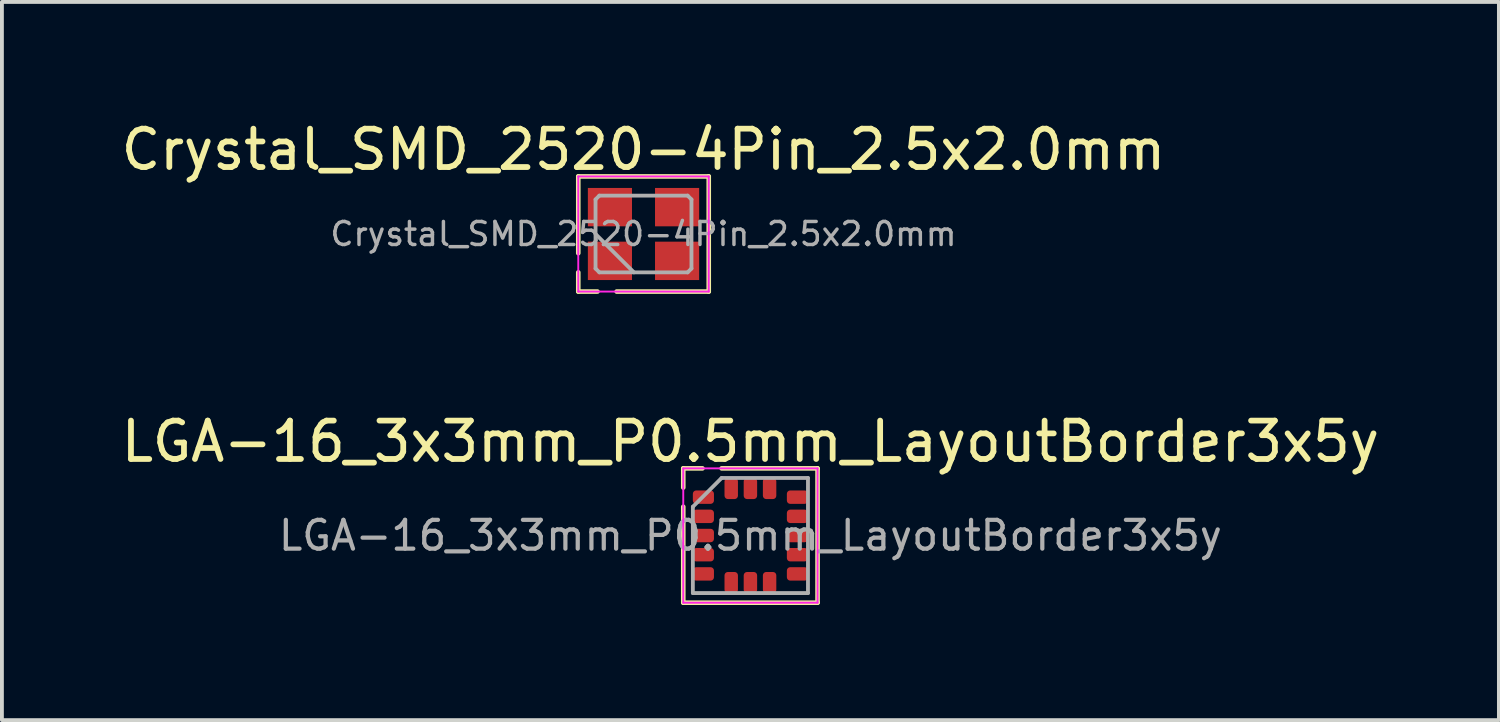
<source format=kicad_pcb>
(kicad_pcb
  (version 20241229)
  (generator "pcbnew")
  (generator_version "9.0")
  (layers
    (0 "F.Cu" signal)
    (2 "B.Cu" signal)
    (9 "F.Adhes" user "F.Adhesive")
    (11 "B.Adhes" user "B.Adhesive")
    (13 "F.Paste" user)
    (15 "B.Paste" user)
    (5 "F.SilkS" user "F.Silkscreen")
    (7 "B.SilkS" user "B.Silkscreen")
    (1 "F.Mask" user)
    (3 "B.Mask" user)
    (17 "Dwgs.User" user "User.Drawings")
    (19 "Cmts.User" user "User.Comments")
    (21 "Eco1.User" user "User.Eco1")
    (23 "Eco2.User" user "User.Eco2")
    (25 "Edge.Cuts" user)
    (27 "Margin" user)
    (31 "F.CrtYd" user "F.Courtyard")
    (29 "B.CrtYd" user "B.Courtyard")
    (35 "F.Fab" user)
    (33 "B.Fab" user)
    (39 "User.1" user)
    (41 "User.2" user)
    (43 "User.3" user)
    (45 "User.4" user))
  (footprint "Crystal_SMD_2520-4Pin_2.5x2.0mm"
    (layer "F.Cu")
    (at 13.72 3.048)
    (property "Reference" "Crystal_SMD_2520-4Pin_2.5x2.0mm" (at 0 -2.2 0) (layer "F.SilkS") (effects (font (size 1 1) (thickness 0.15))))
    (attr smd)
    (fp_line (start -1.7 -1.5) (end 1.7 -1.5) (stroke (width 0.12) (type solid)) (layer "F.SilkS"))
    (fp_line (start -1.7 0.5) (end -1.7 -1.5) (stroke (width 0.12) (type solid)) (layer "F.SilkS"))
    (fp_line (start -1.7 1.5) (end -1.7 1) (stroke (width 0.12) (type solid)) (layer "F.SilkS"))
    (fp_line (start -1.7 1.5) (end -1.2 1.5) (stroke (width 0.12) (type solid)) (layer "F.SilkS"))
    (fp_line (start -0.7 1.5) (end 1.7 1.5) (stroke (width 0.12) (type solid)) (layer "F.SilkS"))
    (fp_line (start 1.7 -1.5) (end 1.7 1.5) (stroke (width 0.12) (type solid)) (layer "F.SilkS"))
    (fp_line (start -1.7 -1.5) (end -1.7 1.5) (stroke (width 0.05) (type solid)) (layer "F.CrtYd"))
    (fp_line (start -1.7 1.5) (end 1.7 1.5) (stroke (width 0.05) (type solid)) (layer "F.CrtYd"))
    (fp_line (start 1.7 -1.5) (end -1.7 -1.5) (stroke (width 0.05) (type solid)) (layer "F.CrtYd"))
    (fp_line (start 1.7 1.5) (end 1.7 -1.5) (stroke (width 0.05) (type solid)) (layer "F.CrtYd"))
    (fp_line (start -1.25 -0.9) (end -1.15 -1) (stroke (width 0.1) (type solid)) (layer "F.Fab"))
    (fp_line (start -1.25 0) (end -0.25 1) (stroke (width 0.1) (type solid)) (layer "F.Fab"))
    (fp_line (start -1.25 0.9) (end -1.25 -0.9) (stroke (width 0.1) (type solid)) (layer "F.Fab"))
    (fp_line (start -1.15 -1) (end 1.15 -1) (stroke (width 0.1) (type solid)) (layer "F.Fab"))
    (fp_line (start -1.15 1) (end -1.25 0.9) (stroke (width 0.1) (type solid)) (layer "F.Fab"))
    (fp_line (start 1.15 -1) (end 1.25 -0.9) (stroke (width 0.1) (type solid)) (layer "F.Fab"))
    (fp_line (start 1.15 1) (end -1.15 1) (stroke (width 0.1) (type solid)) (layer "F.Fab"))
    (fp_line (start 1.25 -0.9) (end 1.25 0.9) (stroke (width 0.1) (type solid)) (layer "F.Fab"))
    (fp_line (start 1.25 0.9) (end 1.15 1) (stroke (width 0.1) (type solid)) (layer "F.Fab"))
    (fp_text user "${REFERENCE}" (at 0 0 0) (layer "F.Fab") (effects (font (size 0.6 0.6) (thickness 0.09))))
    (pad "1" smd rect (at -0.875 0.7) (size 1.15 1) (layers "F.Cu" "F.Mask" "F.Paste"))
    (pad "2" smd rect (at 0.875 0.7) (size 1.15 1) (layers "F.Cu" "F.Mask" "F.Paste"))
    (pad "3" smd rect (at 0.875 -0.7) (size 1.15 1) (layers "F.Cu" "F.Mask" "F.Paste"))
    (pad "4" smd rect (at -0.875 -0.7) (size 1.15 1) (layers "F.Cu" "F.Mask" "F.Paste")))
  (footprint "LGA-16_3x3mm_P0.5mm_LayoutBorder3x5y"
    (layer "F.Cu")
    (at 16.506 10.906)
    (property "Reference" "LGA-16_3x3mm_P0.5mm_LayoutBorder3x5y" (at 0 -2.45 0) (layer "F.SilkS") (effects (font (size 1 1) (thickness 0.15))))
    (attr smd)
    (fp_line (start -1.75 -1.75) (end -1.75 -1.25) (stroke (width 0.12) (type solid)) (layer "F.SilkS"))
    (fp_line (start -1.75 1.75) (end -1.75 -0.75) (stroke (width 0.12) (type solid)) (layer "F.SilkS"))
    (fp_line (start -1.25 -1.75) (end -1.75 -1.75) (stroke (width 0.12) (type solid)) (layer "F.SilkS"))
    (fp_line (start -0.75 -1.75) (end 1.75 -1.75) (stroke (width 0.12) (type solid)) (layer "F.SilkS"))
    (fp_line (start 1.75 -1.75) (end 1.75 1.75) (stroke (width 0.12) (type solid)) (layer "F.SilkS"))
    (fp_line (start 1.75 1.75) (end -1.75 1.75) (stroke (width 0.12) (type solid)) (layer "F.SilkS"))
    (fp_line (start -1.75 -1.75) (end -1.75 1.75) (stroke (width 0.05) (type solid)) (layer "F.CrtYd"))
    (fp_line (start -1.75 1.75) (end 1.75 1.75) (stroke (width 0.05) (type solid)) (layer "F.CrtYd"))
    (fp_line (start 1.75 -1.75) (end -1.75 -1.75) (stroke (width 0.05) (type solid)) (layer "F.CrtYd"))
    (fp_line (start 1.75 1.75) (end 1.75 -1.75) (stroke (width 0.05) (type solid)) (layer "F.CrtYd"))
    (fp_line (start -1.5 -0.75) (end -0.75 -1.5) (stroke (width 0.1) (type solid)) (layer "F.Fab"))
    (fp_line (start -1.5 1.5) (end -1.5 -0.75) (stroke (width 0.1) (type solid)) (layer "F.Fab"))
    (fp_line (start -0.75 -1.5) (end 1.5 -1.5) (stroke (width 0.1) (type solid)) (layer "F.Fab"))
    (fp_line (start 1.5 -1.5) (end 1.5 1.5) (stroke (width 0.1) (type solid)) (layer "F.Fab"))
    (fp_line (start 1.5 1.5) (end -1.5 1.5) (stroke (width 0.1) (type solid)) (layer "F.Fab"))
    (fp_text user "${REFERENCE}" (at 0 0 0) (layer "F.Fab") (effects (font (size 0.75 0.75) (thickness 0.11))))
    (pad "1" smd roundrect (at -1.225 -1) (size 0.55 0.35) (layers "F.Cu" "F.Mask" "F.Paste") (roundrect_rratio 0.25))
    (pad "2" smd roundrect (at -1.225 -0.5) (size 0.55 0.35) (layers "F.Cu" "F.Mask" "F.Paste") (roundrect_rratio 0.25))
    (pad "3" smd roundrect (at -1.225 0) (size 0.55 0.35) (layers "F.Cu" "F.Mask" "F.Paste") (roundrect_rratio 0.25))
    (pad "4" smd roundrect (at -1.225 0.5) (size 0.55 0.35) (layers "F.Cu" "F.Mask" "F.Paste") (roundrect_rratio 0.25))
    (pad "5" smd roundrect (at -1.225 1) (size 0.55 0.35) (layers "F.Cu" "F.Mask" "F.Paste") (roundrect_rratio 0.25))
    (pad "6" smd roundrect (at -0.5 1.225) (size 0.35 0.55) (layers "F.Cu" "F.Mask" "F.Paste") (roundrect_rratio 0.25))
    (pad "7" smd roundrect (at 0 1.225) (size 0.35 0.55) (layers "F.Cu" "F.Mask" "F.Paste") (roundrect_rratio 0.25))
    (pad "8" smd roundrect (at 0.5 1.225) (size 0.35 0.55) (layers "F.Cu" "F.Mask" "F.Paste") (roundrect_rratio 0.25))
    (pad "9" smd roundrect (at 1.225 1) (size 0.55 0.35) (layers "F.Cu" "F.Mask" "F.Paste") (roundrect_rratio 0.25))
    (pad "10" smd roundrect (at 1.225 0.5) (size 0.55 0.35) (layers "F.Cu" "F.Mask" "F.Paste") (roundrect_rratio 0.25))
    (pad "11" smd roundrect (at 1.225 0) (size 0.55 0.35) (layers "F.Cu" "F.Mask" "F.Paste") (roundrect_rratio 0.25))
    (pad "12" smd roundrect (at 1.225 -0.5) (size 0.55 0.35) (layers "F.Cu" "F.Mask" "F.Paste") (roundrect_rratio 0.25))
    (pad "13" smd roundrect (at 1.225 -1) (size 0.55 0.35) (layers "F.Cu" "F.Mask" "F.Paste") (roundrect_rratio 0.25))
    (pad "14" smd roundrect (at 0.5 -1.225) (size 0.35 0.55) (layers "F.Cu" "F.Mask" "F.Paste") (roundrect_rratio 0.25))
    (pad "15" smd roundrect (at 0 -1.225) (size 0.35 0.55) (layers "F.Cu" "F.Mask" "F.Paste") (roundrect_rratio 0.25))
    (pad "16" smd roundrect (at -0.5 -1.225) (size 0.35 0.55) (layers "F.Cu" "F.Mask" "F.Paste") (roundrect_rratio 0.25)))
  (gr_rect
    (start -3 -3)
    (end 36.012 15.716)
    (stroke (width 0.1) (type default))
    (fill no)
    (layer "Edge.Cuts")))
</source>
